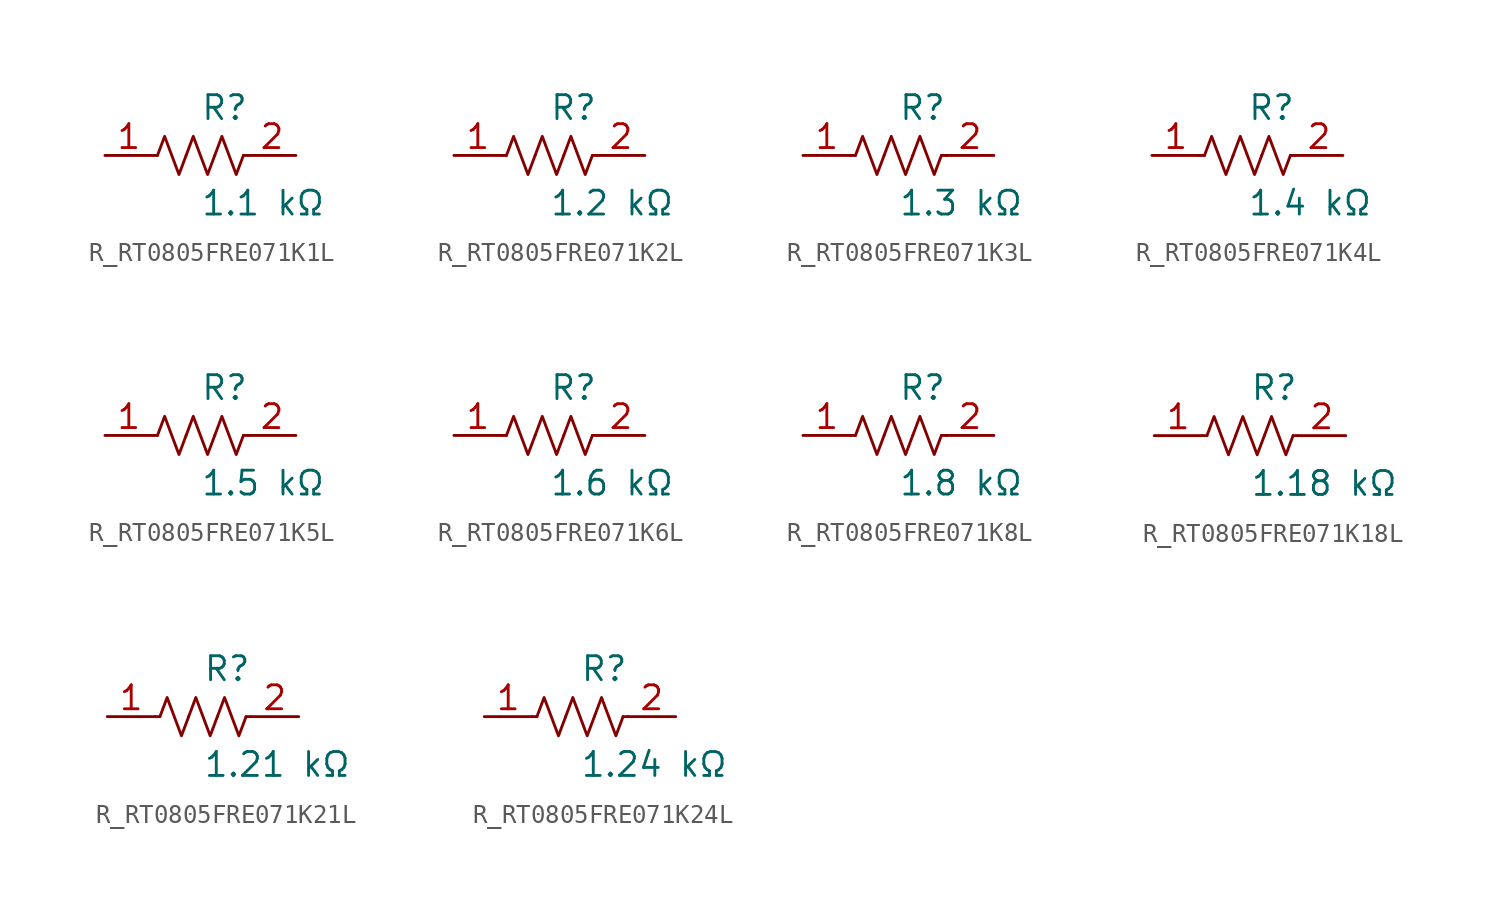
<source format=kicad_sym>
(kicad_symbol_lib
  (version 20231120)
  (generator kicad_symbol_editor)
  (generator_version 8.0)
  (symbol "R_RT0805FRE071K1L"
    (pin_names
      (offset 0.254))
    (property "Reference" "R"
      (at 0 2.54 0)
      (effects (font (size 1.27 1.27)) (justify left)))
    (property "Value" "1.1 kΩ"
      (at 0 -2.54 0)
      (effects (font (size 1.27 1.27)) (justify left)))
    (symbol "R_RT0805FRE071K1L_0_1"
      (polyline (pts (xy 2.286 0) (xy 2.54 0)) (stroke (width 0) (type default)) (fill (type none)))
      (polyline (pts (xy -2.286 0) (xy -2.54 0)) (stroke (width 0) (type default)) (fill (type none)))
      (polyline (pts (xy 0.762 0) (xy 1.143 1.016) (xy 1.524 0) (xy 1.905 -1.016) (xy 2.286 0)) (stroke (width 0) (type default)) (fill (type none)))
      (polyline (pts (xy -0.762 0) (xy -0.381 1.016) (xy 0 0) (xy 0.381 -1.016) (xy 0.762 0)) (stroke (width 0) (type default)) (fill (type none)))
      (polyline (pts (xy -2.286 0) (xy -1.905 1.016) (xy -1.524 0) (xy -1.143 -1.016) (xy -0.762 0)) (stroke (width 0) (type default)) (fill (type none))))
    (pin passive line
      (at -5.08 0 0)
      (length 2.54)
      (name "" (effects (font (size 1.27 1.27))))
      (number "1" (effects (font (size 1.27 1.27)))))
    (pin passive line
      (at 5.08 0 180)
      (length 2.54)
      (name "" (effects (font (size 1.27 1.27))))
      (number "2" (effects (font (size 1.27 1.27))))))
  (symbol "R_RT0805FRE071K2L"
    (pin_names
      (offset 0.254))
    (property "Reference" "R"
      (at 0 2.54 0)
      (effects (font (size 1.27 1.27)) (justify left)))
    (property "Value" "1.2 kΩ"
      (at 0 -2.54 0)
      (effects (font (size 1.27 1.27)) (justify left)))
    (symbol "R_RT0805FRE071K2L_0_1"
      (polyline (pts (xy 2.286 0) (xy 2.54 0)) (stroke (width 0) (type default)) (fill (type none)))
      (polyline (pts (xy -2.286 0) (xy -2.54 0)) (stroke (width 0) (type default)) (fill (type none)))
      (polyline (pts (xy 0.762 0) (xy 1.143 1.016) (xy 1.524 0) (xy 1.905 -1.016) (xy 2.286 0)) (stroke (width 0) (type default)) (fill (type none)))
      (polyline (pts (xy -0.762 0) (xy -0.381 1.016) (xy 0 0) (xy 0.381 -1.016) (xy 0.762 0)) (stroke (width 0) (type default)) (fill (type none)))
      (polyline (pts (xy -2.286 0) (xy -1.905 1.016) (xy -1.524 0) (xy -1.143 -1.016) (xy -0.762 0)) (stroke (width 0) (type default)) (fill (type none))))
    (pin passive line
      (at -5.08 0 0)
      (length 2.54)
      (name "" (effects (font (size 1.27 1.27))))
      (number "1" (effects (font (size 1.27 1.27)))))
    (pin passive line
      (at 5.08 0 180)
      (length 2.54)
      (name "" (effects (font (size 1.27 1.27))))
      (number "2" (effects (font (size 1.27 1.27))))))
  (symbol "R_RT0805FRE071K3L"
    (pin_names
      (offset 0.254))
    (property "Reference" "R"
      (at 0 2.54 0)
      (effects (font (size 1.27 1.27)) (justify left)))
    (property "Value" "1.3 kΩ"
      (at 0 -2.54 0)
      (effects (font (size 1.27 1.27)) (justify left)))
    (symbol "R_RT0805FRE071K3L_0_1"
      (polyline (pts (xy 2.286 0) (xy 2.54 0)) (stroke (width 0) (type default)) (fill (type none)))
      (polyline (pts (xy -2.286 0) (xy -2.54 0)) (stroke (width 0) (type default)) (fill (type none)))
      (polyline (pts (xy 0.762 0) (xy 1.143 1.016) (xy 1.524 0) (xy 1.905 -1.016) (xy 2.286 0)) (stroke (width 0) (type default)) (fill (type none)))
      (polyline (pts (xy -0.762 0) (xy -0.381 1.016) (xy 0 0) (xy 0.381 -1.016) (xy 0.762 0)) (stroke (width 0) (type default)) (fill (type none)))
      (polyline (pts (xy -2.286 0) (xy -1.905 1.016) (xy -1.524 0) (xy -1.143 -1.016) (xy -0.762 0)) (stroke (width 0) (type default)) (fill (type none))))
    (pin passive line
      (at -5.08 0 0)
      (length 2.54)
      (name "" (effects (font (size 1.27 1.27))))
      (number "1" (effects (font (size 1.27 1.27)))))
    (pin passive line
      (at 5.08 0 180)
      (length 2.54)
      (name "" (effects (font (size 1.27 1.27))))
      (number "2" (effects (font (size 1.27 1.27))))))
  (symbol "R_RT0805FRE071K4L"
    (pin_names
      (offset 0.254))
    (property "Reference" "R"
      (at 0 2.54 0)
      (effects (font (size 1.27 1.27)) (justify left)))
    (property "Value" "1.4 kΩ"
      (at 0 -2.54 0)
      (effects (font (size 1.27 1.27)) (justify left)))
    (symbol "R_RT0805FRE071K4L_0_1"
      (polyline (pts (xy 2.286 0) (xy 2.54 0)) (stroke (width 0) (type default)) (fill (type none)))
      (polyline (pts (xy -2.286 0) (xy -2.54 0)) (stroke (width 0) (type default)) (fill (type none)))
      (polyline (pts (xy 0.762 0) (xy 1.143 1.016) (xy 1.524 0) (xy 1.905 -1.016) (xy 2.286 0)) (stroke (width 0) (type default)) (fill (type none)))
      (polyline (pts (xy -0.762 0) (xy -0.381 1.016) (xy 0 0) (xy 0.381 -1.016) (xy 0.762 0)) (stroke (width 0) (type default)) (fill (type none)))
      (polyline (pts (xy -2.286 0) (xy -1.905 1.016) (xy -1.524 0) (xy -1.143 -1.016) (xy -0.762 0)) (stroke (width 0) (type default)) (fill (type none))))
    (pin passive line
      (at -5.08 0 0)
      (length 2.54)
      (name "" (effects (font (size 1.27 1.27))))
      (number "1" (effects (font (size 1.27 1.27)))))
    (pin passive line
      (at 5.08 0 180)
      (length 2.54)
      (name "" (effects (font (size 1.27 1.27))))
      (number "2" (effects (font (size 1.27 1.27))))))
  (symbol "R_RT0805FRE071K5L"
    (pin_names
      (offset 0.254))
    (property "Reference" "R"
      (at 0 2.54 0)
      (effects (font (size 1.27 1.27)) (justify left)))
    (property "Value" "1.5 kΩ"
      (at 0 -2.54 0)
      (effects (font (size 1.27 1.27)) (justify left)))
    (symbol "R_RT0805FRE071K5L_0_1"
      (polyline (pts (xy 2.286 0) (xy 2.54 0)) (stroke (width 0) (type default)) (fill (type none)))
      (polyline (pts (xy -2.286 0) (xy -2.54 0)) (stroke (width 0) (type default)) (fill (type none)))
      (polyline (pts (xy 0.762 0) (xy 1.143 1.016) (xy 1.524 0) (xy 1.905 -1.016) (xy 2.286 0)) (stroke (width 0) (type default)) (fill (type none)))
      (polyline (pts (xy -0.762 0) (xy -0.381 1.016) (xy 0 0) (xy 0.381 -1.016) (xy 0.762 0)) (stroke (width 0) (type default)) (fill (type none)))
      (polyline (pts (xy -2.286 0) (xy -1.905 1.016) (xy -1.524 0) (xy -1.143 -1.016) (xy -0.762 0)) (stroke (width 0) (type default)) (fill (type none))))
    (pin passive line
      (at -5.08 0 0)
      (length 2.54)
      (name "" (effects (font (size 1.27 1.27))))
      (number "1" (effects (font (size 1.27 1.27)))))
    (pin passive line
      (at 5.08 0 180)
      (length 2.54)
      (name "" (effects (font (size 1.27 1.27))))
      (number "2" (effects (font (size 1.27 1.27))))))
  (symbol "R_RT0805FRE071K6L"
    (pin_names
      (offset 0.254))
    (property "Reference" "R"
      (at 0 2.54 0)
      (effects (font (size 1.27 1.27)) (justify left)))
    (property "Value" "1.6 kΩ"
      (at 0 -2.54 0)
      (effects (font (size 1.27 1.27)) (justify left)))
    (symbol "R_RT0805FRE071K6L_0_1"
      (polyline (pts (xy 2.286 0) (xy 2.54 0)) (stroke (width 0) (type default)) (fill (type none)))
      (polyline (pts (xy -2.286 0) (xy -2.54 0)) (stroke (width 0) (type default)) (fill (type none)))
      (polyline (pts (xy 0.762 0) (xy 1.143 1.016) (xy 1.524 0) (xy 1.905 -1.016) (xy 2.286 0)) (stroke (width 0) (type default)) (fill (type none)))
      (polyline (pts (xy -0.762 0) (xy -0.381 1.016) (xy 0 0) (xy 0.381 -1.016) (xy 0.762 0)) (stroke (width 0) (type default)) (fill (type none)))
      (polyline (pts (xy -2.286 0) (xy -1.905 1.016) (xy -1.524 0) (xy -1.143 -1.016) (xy -0.762 0)) (stroke (width 0) (type default)) (fill (type none))))
    (pin passive line
      (at -5.08 0 0)
      (length 2.54)
      (name "" (effects (font (size 1.27 1.27))))
      (number "1" (effects (font (size 1.27 1.27)))))
    (pin passive line
      (at 5.08 0 180)
      (length 2.54)
      (name "" (effects (font (size 1.27 1.27))))
      (number "2" (effects (font (size 1.27 1.27))))))
  (symbol "R_RT0805FRE071K8L"
    (pin_names
      (offset 0.254))
    (property "Reference" "R"
      (at 0 2.54 0)
      (effects (font (size 1.27 1.27)) (justify left)))
    (property "Value" "1.8 kΩ"
      (at 0 -2.54 0)
      (effects (font (size 1.27 1.27)) (justify left)))
    (symbol "R_RT0805FRE071K8L_0_1"
      (polyline (pts (xy 2.286 0) (xy 2.54 0)) (stroke (width 0) (type default)) (fill (type none)))
      (polyline (pts (xy -2.286 0) (xy -2.54 0)) (stroke (width 0) (type default)) (fill (type none)))
      (polyline (pts (xy 0.762 0) (xy 1.143 1.016) (xy 1.524 0) (xy 1.905 -1.016) (xy 2.286 0)) (stroke (width 0) (type default)) (fill (type none)))
      (polyline (pts (xy -0.762 0) (xy -0.381 1.016) (xy 0 0) (xy 0.381 -1.016) (xy 0.762 0)) (stroke (width 0) (type default)) (fill (type none)))
      (polyline (pts (xy -2.286 0) (xy -1.905 1.016) (xy -1.524 0) (xy -1.143 -1.016) (xy -0.762 0)) (stroke (width 0) (type default)) (fill (type none))))
    (pin passive line
      (at -5.08 0 0)
      (length 2.54)
      (name "" (effects (font (size 1.27 1.27))))
      (number "1" (effects (font (size 1.27 1.27)))))
    (pin passive line
      (at 5.08 0 180)
      (length 2.54)
      (name "" (effects (font (size 1.27 1.27))))
      (number "2" (effects (font (size 1.27 1.27))))))
  (symbol "R_RT0805FRE071K18L"
    (pin_names
      (offset 0.254))
    (property "Reference" "R"
      (at 0 2.54 0)
      (effects (font (size 1.27 1.27)) (justify left)))
    (property "Value" "1.18 kΩ"
      (at 0 -2.54 0)
      (effects (font (size 1.27 1.27)) (justify left)))
    (symbol "R_RT0805FRE071K18L_0_1"
      (polyline (pts (xy 2.286 0) (xy 2.54 0)) (stroke (width 0) (type default)) (fill (type none)))
      (polyline (pts (xy -2.286 0) (xy -2.54 0)) (stroke (width 0) (type default)) (fill (type none)))
      (polyline (pts (xy 0.762 0) (xy 1.143 1.016) (xy 1.524 0) (xy 1.905 -1.016) (xy 2.286 0)) (stroke (width 0) (type default)) (fill (type none)))
      (polyline (pts (xy -0.762 0) (xy -0.381 1.016) (xy 0 0) (xy 0.381 -1.016) (xy 0.762 0)) (stroke (width 0) (type default)) (fill (type none)))
      (polyline (pts (xy -2.286 0) (xy -1.905 1.016) (xy -1.524 0) (xy -1.143 -1.016) (xy -0.762 0)) (stroke (width 0) (type default)) (fill (type none))))
    (pin passive line
      (at -5.08 0 0)
      (length 2.54)
      (name "" (effects (font (size 1.27 1.27))))
      (number "1" (effects (font (size 1.27 1.27)))))
    (pin passive line
      (at 5.08 0 180)
      (length 2.54)
      (name "" (effects (font (size 1.27 1.27))))
      (number "2" (effects (font (size 1.27 1.27))))))
  (symbol "R_RT0805FRE071K21L"
    (pin_names
      (offset 0.254))
    (property "Reference" "R"
      (at 0 2.54 0)
      (effects (font (size 1.27 1.27)) (justify left)))
    (property "Value" "1.21 kΩ"
      (at 0 -2.54 0)
      (effects (font (size 1.27 1.27)) (justify left)))
    (symbol "R_RT0805FRE071K21L_0_1"
      (polyline (pts (xy 2.286 0) (xy 2.54 0)) (stroke (width 0) (type default)) (fill (type none)))
      (polyline (pts (xy -2.286 0) (xy -2.54 0)) (stroke (width 0) (type default)) (fill (type none)))
      (polyline (pts (xy 0.762 0) (xy 1.143 1.016) (xy 1.524 0) (xy 1.905 -1.016) (xy 2.286 0)) (stroke (width 0) (type default)) (fill (type none)))
      (polyline (pts (xy -0.762 0) (xy -0.381 1.016) (xy 0 0) (xy 0.381 -1.016) (xy 0.762 0)) (stroke (width 0) (type default)) (fill (type none)))
      (polyline (pts (xy -2.286 0) (xy -1.905 1.016) (xy -1.524 0) (xy -1.143 -1.016) (xy -0.762 0)) (stroke (width 0) (type default)) (fill (type none))))
    (pin passive line
      (at -5.08 0 0)
      (length 2.54)
      (name "" (effects (font (size 1.27 1.27))))
      (number "1" (effects (font (size 1.27 1.27)))))
    (pin passive line
      (at 5.08 0 180)
      (length 2.54)
      (name "" (effects (font (size 1.27 1.27))))
      (number "2" (effects (font (size 1.27 1.27))))))
  (symbol "R_RT0805FRE071K24L"
    (pin_names
      (offset 0.254))
    (property "Reference" "R"
      (at 0 2.54 0)
      (effects (font (size 1.27 1.27)) (justify left)))
    (property "Value" "1.24 kΩ"
      (at 0 -2.54 0)
      (effects (font (size 1.27 1.27)) (justify left)))
    (symbol "R_RT0805FRE071K24L_0_1"
      (polyline (pts (xy 2.286 0) (xy 2.54 0)) (stroke (width 0) (type default)) (fill (type none)))
      (polyline (pts (xy -2.286 0) (xy -2.54 0)) (stroke (width 0) (type default)) (fill (type none)))
      (polyline (pts (xy 0.762 0) (xy 1.143 1.016) (xy 1.524 0) (xy 1.905 -1.016) (xy 2.286 0)) (stroke (width 0) (type default)) (fill (type none)))
      (polyline (pts (xy -0.762 0) (xy -0.381 1.016) (xy 0 0) (xy 0.381 -1.016) (xy 0.762 0)) (stroke (width 0) (type default)) (fill (type none)))
      (polyline (pts (xy -2.286 0) (xy -1.905 1.016) (xy -1.524 0) (xy -1.143 -1.016) (xy -0.762 0)) (stroke (width 0) (type default)) (fill (type none))))
    (pin passive line
      (at -5.08 0 0)
      (length 2.54)
      (name "" (effects (font (size 1.27 1.27))))
      (number "1" (effects (font (size 1.27 1.27)))))
    (pin passive line
      (at 5.08 0 180)
      (length 2.54)
      (name "" (effects (font (size 1.27 1.27))))
      (number "2" (effects (font (size 1.27 1.27)))))))
</source>
